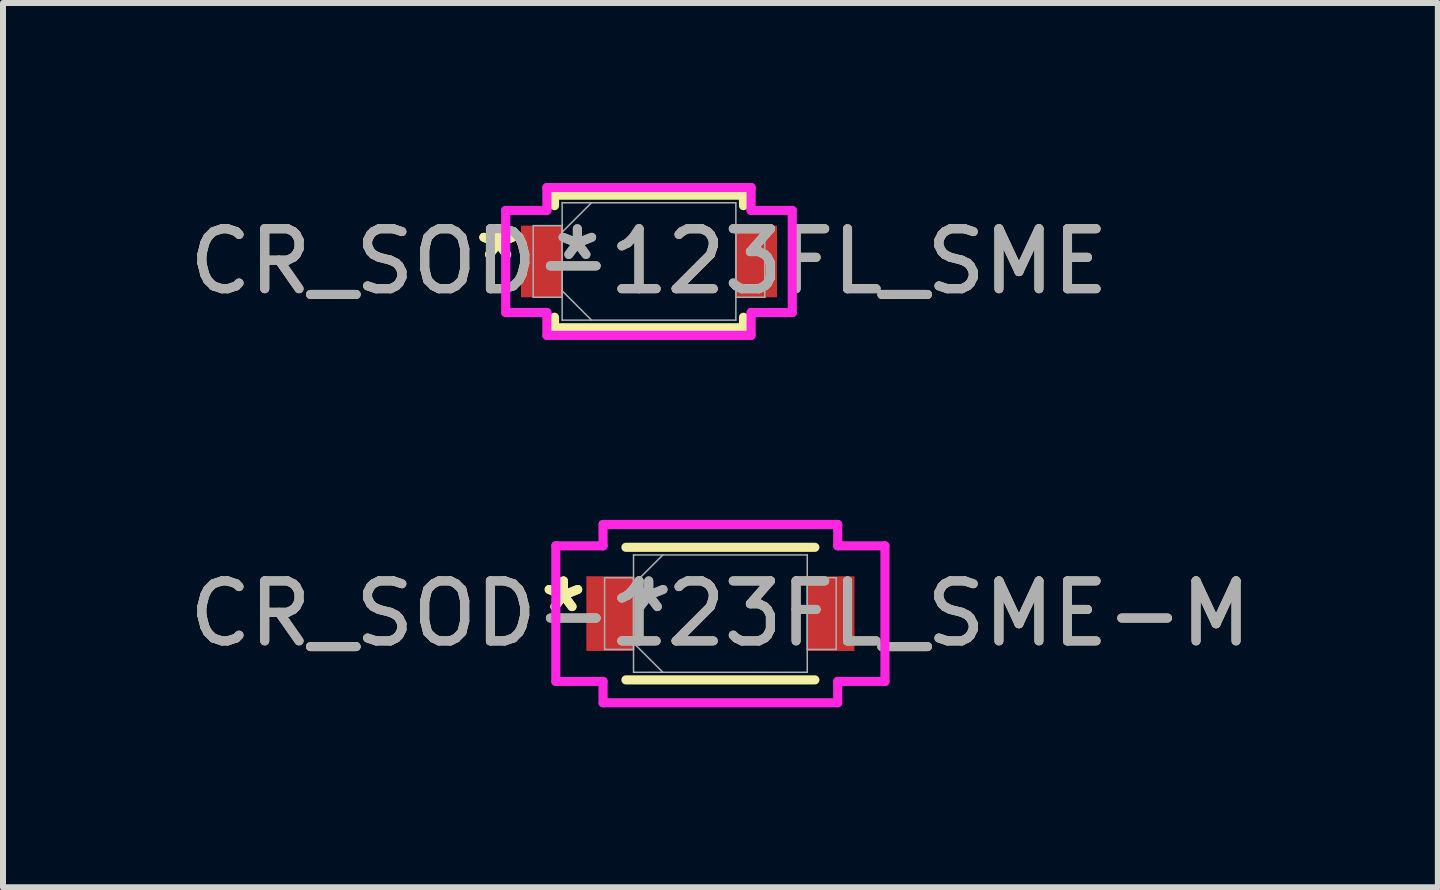
<source format=kicad_pcb>
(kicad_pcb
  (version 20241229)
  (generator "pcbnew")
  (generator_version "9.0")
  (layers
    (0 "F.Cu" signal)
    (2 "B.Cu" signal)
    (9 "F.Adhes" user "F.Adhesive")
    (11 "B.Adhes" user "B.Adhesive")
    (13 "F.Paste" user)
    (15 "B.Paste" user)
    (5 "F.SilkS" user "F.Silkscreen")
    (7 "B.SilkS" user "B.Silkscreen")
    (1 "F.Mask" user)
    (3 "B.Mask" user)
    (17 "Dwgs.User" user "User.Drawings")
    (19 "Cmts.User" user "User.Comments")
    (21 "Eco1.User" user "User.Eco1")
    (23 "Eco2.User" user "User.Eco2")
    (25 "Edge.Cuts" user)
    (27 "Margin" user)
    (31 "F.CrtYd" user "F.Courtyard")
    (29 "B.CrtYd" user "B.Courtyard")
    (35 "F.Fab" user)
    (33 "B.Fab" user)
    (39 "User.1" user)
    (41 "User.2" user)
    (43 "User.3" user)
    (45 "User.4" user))
  (footprint "CR_SOD-123FL_SME-M"
    (layer "F.Cu")
    (at 8.958 7.178)
    (property "Reference" "CR_SOD-123FL_SME-M" (at 0 0 0) (unlocked yes) (layer "F.SilkS") (effects (font (size 1 1) (thickness 0.15))))
    (attr smd)
    (fp_line (start -1.575 1.105) (end 1.575 1.105) (stroke (width 0.152) (type solid)) (layer "F.SilkS"))
    (fp_line (start 1.575 -1.105) (end -1.575 -1.105) (stroke (width 0.152) (type solid)) (layer "F.SilkS"))
    (fp_line (start -2.743 -1.13) (end -1.956 -1.13) (stroke (width 0.152) (type solid)) (layer "F.CrtYd"))
    (fp_line (start -2.743 1.13) (end -2.743 -1.13) (stroke (width 0.152) (type solid)) (layer "F.CrtYd"))
    (fp_line (start -1.956 -1.486) (end 1.956 -1.486) (stroke (width 0.152) (type solid)) (layer "F.CrtYd"))
    (fp_line (start -1.956 -1.13) (end -1.956 -1.486) (stroke (width 0.152) (type solid)) (layer "F.CrtYd"))
    (fp_line (start -1.956 1.13) (end -2.743 1.13) (stroke (width 0.152) (type solid)) (layer "F.CrtYd"))
    (fp_line (start -1.956 1.486) (end -1.956 1.13) (stroke (width 0.152) (type solid)) (layer "F.CrtYd"))
    (fp_line (start 1.956 -1.486) (end 1.956 -1.13) (stroke (width 0.152) (type solid)) (layer "F.CrtYd"))
    (fp_line (start 1.956 -1.13) (end 2.743 -1.13) (stroke (width 0.152) (type solid)) (layer "F.CrtYd"))
    (fp_line (start 1.956 1.13) (end 1.956 1.486) (stroke (width 0.152) (type solid)) (layer "F.CrtYd"))
    (fp_line (start 1.956 1.486) (end -1.956 1.486) (stroke (width 0.152) (type solid)) (layer "F.CrtYd"))
    (fp_line (start 2.743 -1.13) (end 2.743 1.13) (stroke (width 0.152) (type solid)) (layer "F.CrtYd"))
    (fp_line (start 2.743 1.13) (end 1.956 1.13) (stroke (width 0.152) (type solid)) (layer "F.CrtYd"))
    (fp_line (start -1.93 -0.597) (end -1.93 0.597) (stroke (width 0.025) (type solid)) (layer "F.Fab"))
    (fp_line (start -1.93 0.597) (end -1.448 0.597) (stroke (width 0.025) (type solid)) (layer "F.Fab"))
    (fp_line (start -1.448 -0.978) (end -1.448 0.978) (stroke (width 0.025) (type solid)) (layer "F.Fab"))
    (fp_line (start -1.448 -0.597) (end -1.93 -0.597) (stroke (width 0.025) (type solid)) (layer "F.Fab"))
    (fp_line (start -1.448 -0.489) (end -0.959 -0.978) (stroke (width 0.025) (type solid)) (layer "F.Fab"))
    (fp_line (start -1.448 0.489) (end -0.959 0.978) (stroke (width 0.025) (type solid)) (layer "F.Fab"))
    (fp_line (start -1.448 0.597) (end -1.448 -0.597) (stroke (width 0.025) (type solid)) (layer "F.Fab"))
    (fp_line (start -1.448 0.978) (end 1.448 0.978) (stroke (width 0.025) (type solid)) (layer "F.Fab"))
    (fp_line (start 1.448 -0.978) (end -1.448 -0.978) (stroke (width 0.025) (type solid)) (layer "F.Fab"))
    (fp_line (start 1.448 -0.597) (end 1.448 0.597) (stroke (width 0.025) (type solid)) (layer "F.Fab"))
    (fp_line (start 1.448 0.597) (end 1.93 0.597) (stroke (width 0.025) (type solid)) (layer "F.Fab"))
    (fp_line (start 1.448 0.978) (end 1.448 -0.978) (stroke (width 0.025) (type solid)) (layer "F.Fab"))
    (fp_line (start 1.93 -0.597) (end 1.448 -0.597) (stroke (width 0.025) (type solid)) (layer "F.Fab"))
    (fp_line (start 1.93 0.597) (end 1.93 -0.597) (stroke (width 0.025) (type solid)) (layer "F.Fab"))
    (fp_text user "*" (at -2.616 0 0) (unlocked yes) (layer "F.SilkS") (effects (font (size 1 1) (thickness 0.15))))
    (fp_text user "*" (at -2.616 0 0) (layer "F.SilkS") (effects (font (size 1 1) (thickness 0.15))))
    (fp_text user "${REFERENCE}" (at 0 0 0) (unlocked yes) (layer "F.Fab") (effects (font (size 1 1) (thickness 0.15))))
    (fp_text user "*" (at -1.194 0 0) (layer "F.Fab") (effects (font (size 1 1) (thickness 0.15))))
    (fp_text user "*" (at -1.194 0 0) (unlocked yes) (layer "F.Fab") (effects (font (size 1 1) (thickness 0.15))))
    (pad "1" smd rect (at -1.841 0) (size 0.787 1.245) (layers "F.Cu" "F.Mask" "F.Paste"))
    (pad "2" smd rect (at 1.841 0) (size 0.787 1.245) (layers "F.Cu" "F.Mask" "F.Paste"))
    (zone (net_name "") (layer "F.Cu") (hatch full 0.508) (connect_pads) (min_thickness 0.254) (filled_areas_thickness no) (keepout (tracks not_allowed) (vias not_allowed) (pads allowed) (copperpour not_allowed) (footprints allowed)) (placement (enabled no)) (fill) (polygon (pts (xy 7.561 6.251) (xy 10.355 6.251) (xy 10.355 8.105) (xy 7.561 8.105)))))
  (footprint "CR_SOD-123FL_SME"
    (layer "F.Cu")
    (at 7.768 1.308)
    (property "Reference" "CR_SOD-123FL_SME" (at 0 0 0) (unlocked yes) (layer "F.SilkS") (effects (font (size 1 1) (thickness 0.15))))
    (attr smd)
    (fp_line (start -1.575 -1.105) (end -1.575 -0.93) (stroke (width 0.152) (type solid)) (layer "F.SilkS"))
    (fp_line (start -1.575 0.93) (end -1.575 1.105) (stroke (width 0.152) (type solid)) (layer "F.SilkS"))
    (fp_line (start -1.575 1.105) (end 1.575 1.105) (stroke (width 0.152) (type solid)) (layer "F.SilkS"))
    (fp_line (start 1.575 -1.105) (end -1.575 -1.105) (stroke (width 0.152) (type solid)) (layer "F.SilkS"))
    (fp_line (start 1.575 -0.93) (end 1.575 -1.105) (stroke (width 0.152) (type solid)) (layer "F.SilkS"))
    (fp_line (start 1.575 1.105) (end 1.575 0.93) (stroke (width 0.152) (type solid)) (layer "F.SilkS"))
    (fp_line (start -2.388 -0.851) (end -1.702 -0.851) (stroke (width 0.152) (type solid)) (layer "F.CrtYd"))
    (fp_line (start -2.388 0.851) (end -2.388 -0.851) (stroke (width 0.152) (type solid)) (layer "F.CrtYd"))
    (fp_line (start -1.702 -1.232) (end 1.702 -1.232) (stroke (width 0.152) (type solid)) (layer "F.CrtYd"))
    (fp_line (start -1.702 -0.851) (end -1.702 -1.232) (stroke (width 0.152) (type solid)) (layer "F.CrtYd"))
    (fp_line (start -1.702 0.851) (end -2.388 0.851) (stroke (width 0.152) (type solid)) (layer "F.CrtYd"))
    (fp_line (start -1.702 1.232) (end -1.702 0.851) (stroke (width 0.152) (type solid)) (layer "F.CrtYd"))
    (fp_line (start 1.702 -1.232) (end 1.702 -0.851) (stroke (width 0.152) (type solid)) (layer "F.CrtYd"))
    (fp_line (start 1.702 -0.851) (end 2.388 -0.851) (stroke (width 0.152) (type solid)) (layer "F.CrtYd"))
    (fp_line (start 1.702 0.851) (end 1.702 1.232) (stroke (width 0.152) (type solid)) (layer "F.CrtYd"))
    (fp_line (start 1.702 1.232) (end -1.702 1.232) (stroke (width 0.152) (type solid)) (layer "F.CrtYd"))
    (fp_line (start 2.388 -0.851) (end 2.388 0.851) (stroke (width 0.152) (type solid)) (layer "F.CrtYd"))
    (fp_line (start 2.388 0.851) (end 1.702 0.851) (stroke (width 0.152) (type solid)) (layer "F.CrtYd"))
    (fp_line (start -1.93 -0.597) (end -1.93 0.597) (stroke (width 0.025) (type solid)) (layer "F.Fab"))
    (fp_line (start -1.93 0.597) (end -1.448 0.597) (stroke (width 0.025) (type solid)) (layer "F.Fab"))
    (fp_line (start -1.448 -0.978) (end -1.448 0.978) (stroke (width 0.025) (type solid)) (layer "F.Fab"))
    (fp_line (start -1.448 -0.597) (end -1.93 -0.597) (stroke (width 0.025) (type solid)) (layer "F.Fab"))
    (fp_line (start -1.448 -0.489) (end -0.959 -0.978) (stroke (width 0.025) (type solid)) (layer "F.Fab"))
    (fp_line (start -1.448 0.489) (end -0.959 0.978) (stroke (width 0.025) (type solid)) (layer "F.Fab"))
    (fp_line (start -1.448 0.597) (end -1.448 -0.597) (stroke (width 0.025) (type solid)) (layer "F.Fab"))
    (fp_line (start -1.448 0.978) (end 1.448 0.978) (stroke (width 0.025) (type solid)) (layer "F.Fab"))
    (fp_line (start 1.448 -0.978) (end -1.448 -0.978) (stroke (width 0.025) (type solid)) (layer "F.Fab"))
    (fp_line (start 1.448 -0.597) (end 1.448 0.597) (stroke (width 0.025) (type solid)) (layer "F.Fab"))
    (fp_line (start 1.448 0.597) (end 1.93 0.597) (stroke (width 0.025) (type solid)) (layer "F.Fab"))
    (fp_line (start 1.448 0.978) (end 1.448 -0.978) (stroke (width 0.025) (type solid)) (layer "F.Fab"))
    (fp_line (start 1.93 -0.597) (end 1.448 -0.597) (stroke (width 0.025) (type solid)) (layer "F.Fab"))
    (fp_line (start 1.93 0.597) (end 1.93 -0.597) (stroke (width 0.025) (type solid)) (layer "F.Fab"))
    (fp_text user "*" (at -2.515 0 0) (layer "F.SilkS") (effects (font (size 1 1) (thickness 0.15))))
    (fp_text user "*" (at -2.515 0 0) (unlocked yes) (layer "F.SilkS") (effects (font (size 1 1) (thickness 0.15))))
    (fp_text user "${REFERENCE}" (at 0 0 0) (unlocked yes) (layer "F.Fab") (effects (font (size 1 1) (thickness 0.15))))
    (fp_text user "*" (at -1.194 0 0) (layer "F.Fab") (effects (font (size 1 1) (thickness 0.15))))
    (fp_text user "*" (at -1.194 0 0) (unlocked yes) (layer "F.Fab") (effects (font (size 1 1) (thickness 0.15))))
    (pad "1" smd rect (at -1.791 0) (size 0.686 1.194) (layers "F.Cu" "F.Mask" "F.Paste"))
    (pad "2" smd rect (at 1.791 0) (size 0.686 1.194) (layers "F.Cu" "F.Mask" "F.Paste"))
    (zone (net_name "") (layer "F.Cu") (hatch full 0.508) (connect_pads) (min_thickness 0.254) (filled_areas_thickness no) (keepout (tracks not_allowed) (vias not_allowed) (pads allowed) (copperpour not_allowed) (footprints allowed)) (placement (enabled no)) (fill) (polygon (pts (xy 6.371 0.381) (xy 9.165 0.381) (xy 9.165 2.235) (xy 6.371 2.235)))))
  (gr_rect
    (start -3 -3)
    (end 20.917 11.74)
    (stroke (width 0.1) (type default))
    (fill no)
    (layer "Edge.Cuts")))
</source>
